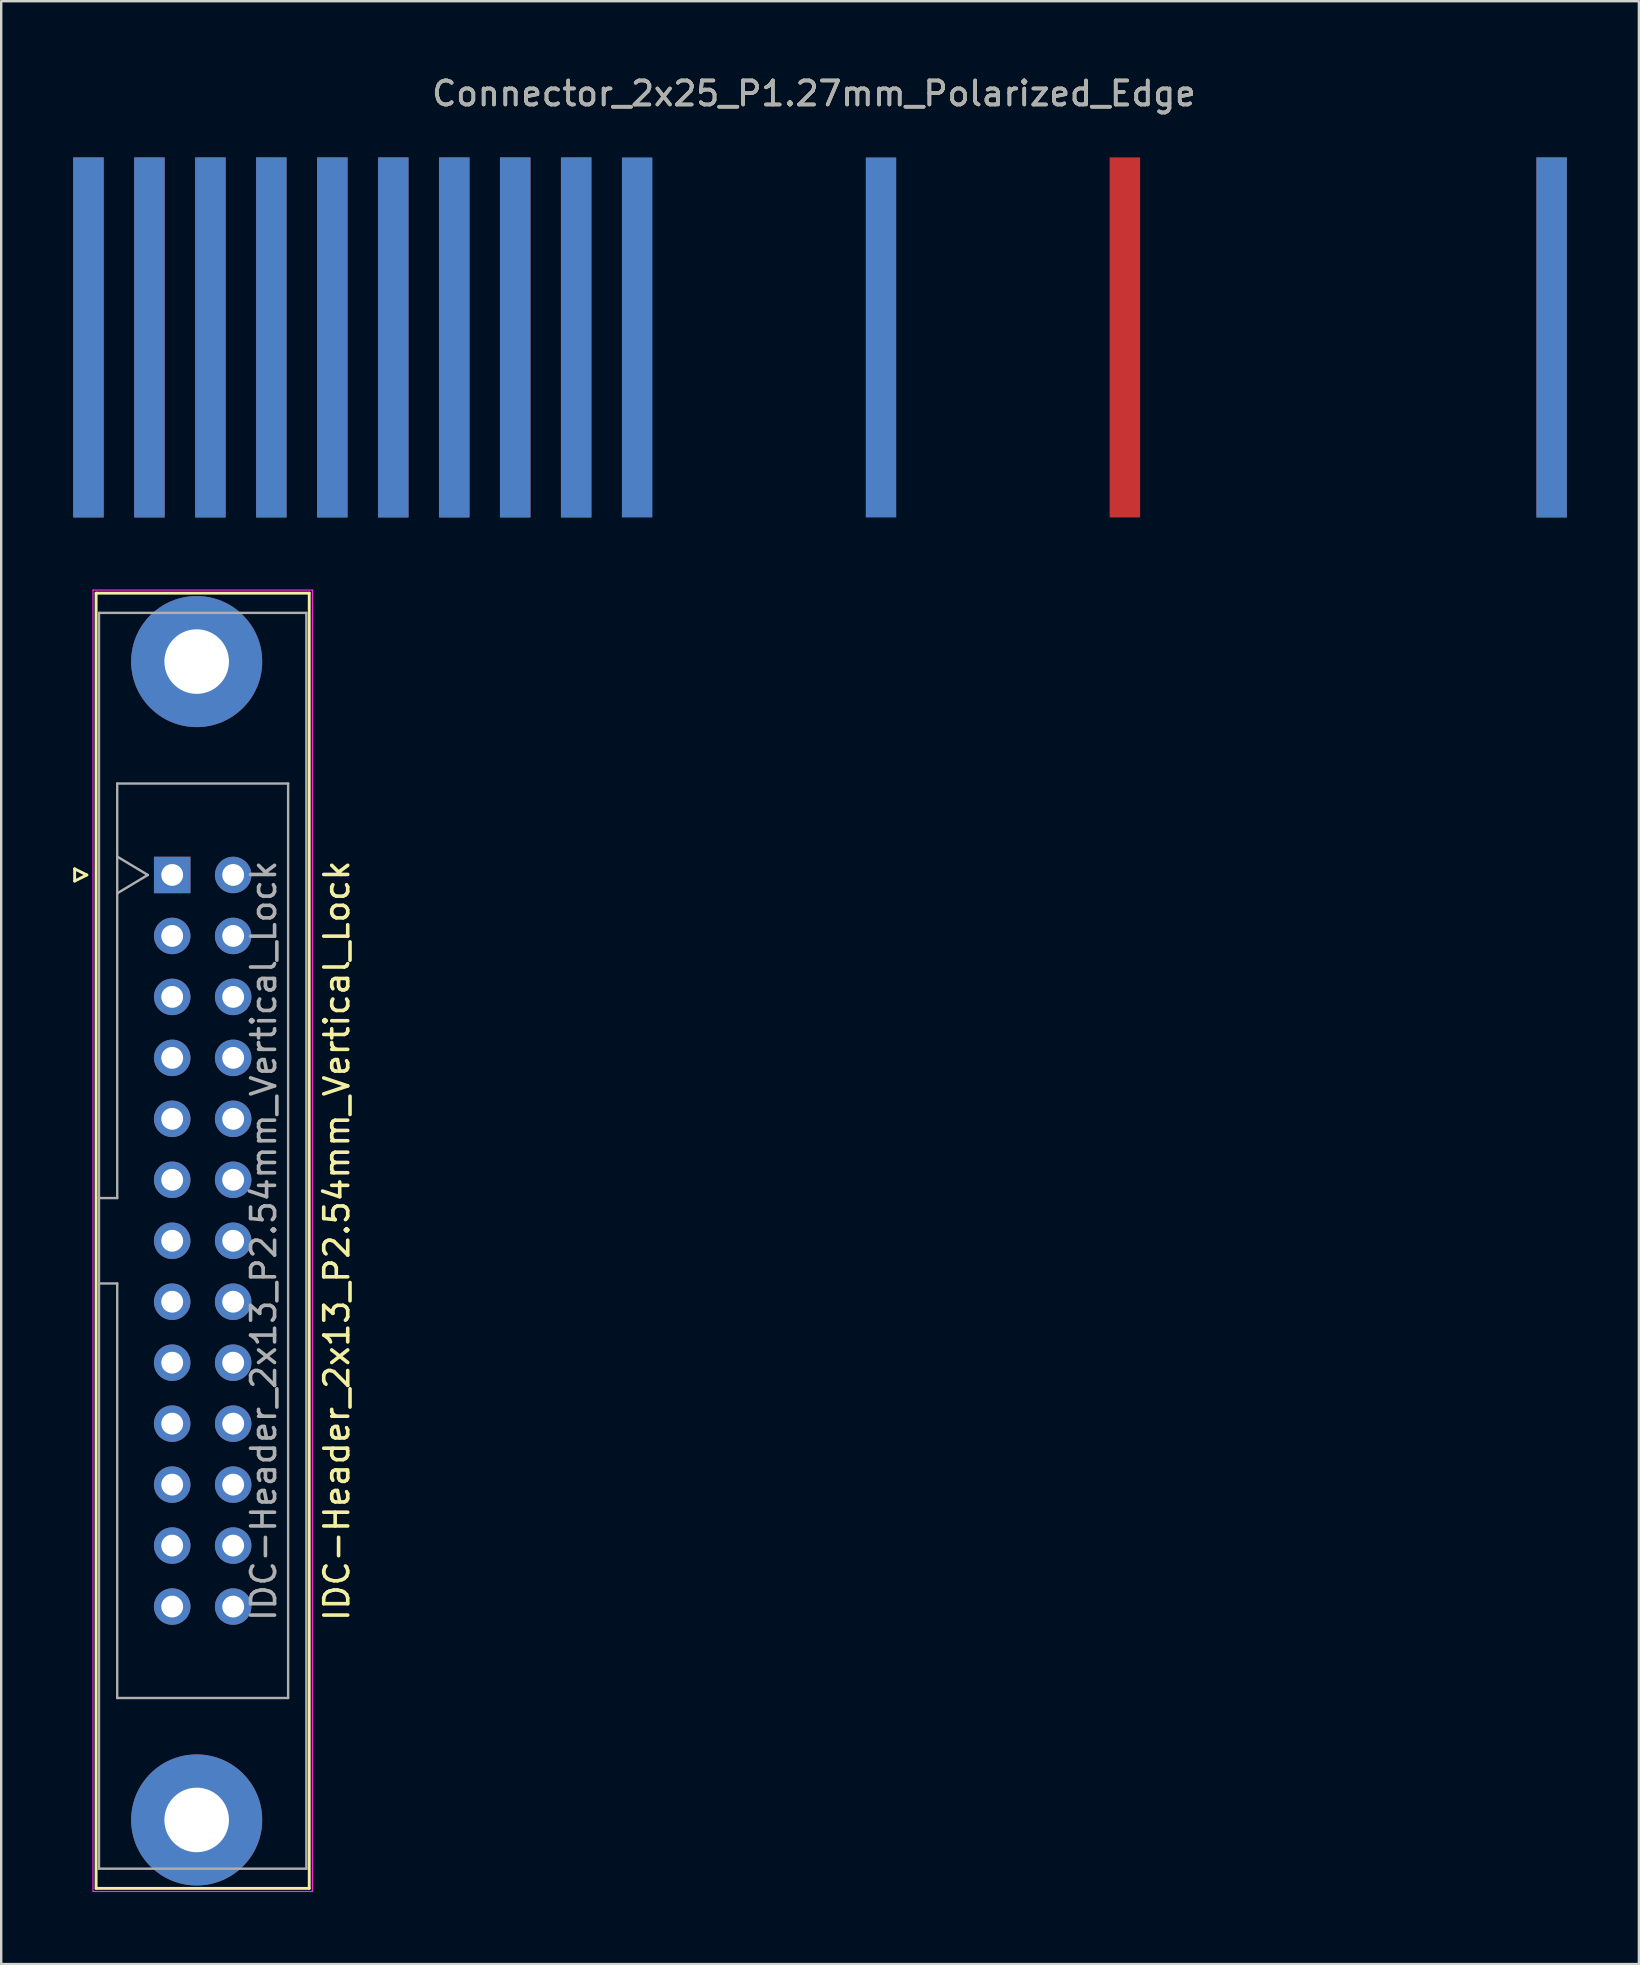
<source format=kicad_pcb>
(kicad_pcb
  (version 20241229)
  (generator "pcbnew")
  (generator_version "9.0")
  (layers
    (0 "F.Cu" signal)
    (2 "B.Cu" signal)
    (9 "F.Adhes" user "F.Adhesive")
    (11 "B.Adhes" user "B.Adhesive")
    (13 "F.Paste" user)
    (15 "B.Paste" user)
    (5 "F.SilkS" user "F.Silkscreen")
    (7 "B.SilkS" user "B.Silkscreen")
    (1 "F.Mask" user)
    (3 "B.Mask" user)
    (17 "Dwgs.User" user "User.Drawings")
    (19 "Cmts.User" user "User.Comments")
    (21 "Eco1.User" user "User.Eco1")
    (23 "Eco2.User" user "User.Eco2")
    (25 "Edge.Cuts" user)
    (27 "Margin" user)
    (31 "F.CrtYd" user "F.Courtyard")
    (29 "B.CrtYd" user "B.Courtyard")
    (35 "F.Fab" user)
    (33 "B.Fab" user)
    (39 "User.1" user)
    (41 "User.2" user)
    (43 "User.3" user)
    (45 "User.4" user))
  (footprint "Connector_2x25_P1.27mm_Polarized_Edge"
    (layer "F.Cu")
    (at 30.861 8.468)
    (property "Reference" "Connector_2x25_P1.27mm_Polarized_Edge" (at 0 -7.62 0) (layer "F.SilkS") (effects (font (size 1 1) (thickness 0.15))))
    (attr exclude_from_pos_files exclude_from_bom)
    (fp_text user "${REFERENCE}" (at 0 -7.62 0) (layer "F.Fab") (effects (font (size 1 1) (thickness 0.15))))
    (pad "1" connect rect (at -30.226 0) (size 1.27 15) (drill (offset 0 2.54)) (layers "F.Cu" "F.Mask"))
    (pad "2" connect rect (at -27.686 0) (size 1.27 15) (drill (offset 0 2.54)) (layers "F.Cu" "F.Mask"))
    (pad "3" connect rect (at -25.146 0) (size 1.27 15) (drill (offset 0 2.54)) (layers "F.Cu" "F.Mask"))
    (pad "4" connect rect (at -22.606 0) (size 1.27 15) (drill (offset 0 2.54)) (layers "F.Cu" "F.Mask"))
    (pad "5" connect rect (at -20.066 0) (size 1.27 15) (drill (offset 0 2.54)) (layers "F.Cu" "F.Mask"))
    (pad "6" connect rect (at -17.526 0) (size 1.27 15) (drill (offset 0 2.54)) (layers "F.Cu" "F.Mask"))
    (pad "7" connect rect (at -14.986 0) (size 1.27 15) (drill (offset 0 2.54)) (layers "F.Cu" "F.Mask"))
    (pad "8" connect rect (at -12.446 0) (size 1.27 15) (drill (offset 0 2.54)) (layers "F.Cu" "F.Mask"))
    (pad "9" connect rect (at -9.906 0) (size 1.27 15) (drill (offset 0 2.54)) (layers "F.Cu" "F.Mask"))
    (pad "18" connect rect (at 12.954 0) (size 1.27 15) (drill (offset 0 2.54)) (layers "F.Cu" "F.Mask"))
    (pad "25" connect rect (at 30.734 0) (size 1.27 15) (drill (offset 0 2.54)) (layers "F.Cu" "F.Mask"))
    (pad "26" connect rect (at 30.734 0) (size 1.27 15) (drill (offset 0 2.54)) (layers "B.Cu" "B.Mask"))
    (pad "37" connect rect (at 2.794 0) (size 1.27 15) (drill (offset 0 2.54)) (layers "B.Cu" "B.Mask"))
    (pad "41" connect rect (at -7.366 0) (size 1.27 15) (drill (offset 0 2.54)) (layers "B.Cu" "B.Mask"))
    (pad "42" connect rect (at -9.906 0) (size 1.27 15) (drill (offset 0 2.54)) (layers "B.Cu" "B.Mask"))
    (pad "43" connect rect (at -12.446 0) (size 1.27 15) (drill (offset 0 2.54)) (layers "B.Cu" "B.Mask"))
    (pad "44" connect rect (at -14.986 0) (size 1.27 15) (drill (offset 0 2.54)) (layers "B.Cu" "B.Mask"))
    (pad "45" connect rect (at -17.526 0) (size 1.27 15) (drill (offset 0 2.54)) (layers "B.Cu" "B.Mask"))
    (pad "46" connect rect (at -20.066 0) (size 1.27 15) (drill (offset 0 2.54)) (layers "B.Cu" "B.Mask"))
    (pad "47" connect rect (at -22.606 0) (size 1.27 15) (drill (offset 0 2.54)) (layers "B.Cu" "B.Mask"))
    (pad "48" connect rect (at -25.146 0) (size 1.27 15) (drill (offset 0 2.54)) (layers "B.Cu" "B.Mask"))
    (pad "49" connect rect (at -27.686 0) (size 1.27 15) (drill (offset 0 2.54)) (layers "B.Cu" "B.Mask"))
    (pad "50" connect rect (at -30.226 0) (size 1.27 15) (drill (offset 0 2.54)) (layers "B.Cu" "B.Mask")))
  (footprint "IDC-Header_2x13_P2.54mm_Vertical_Lock"
    (layer "F.Cu")
    (at 4.124 33.403)
    (property "Reference" "IDC-Header_2x13_P2.54mm_Vertical_Lock" (at 6.858 15.24 270) (layer "F.SilkS") (effects (font (size 1 1) (thickness 0.15))))
    (attr through_hole)
    (fp_line (start -4.064 -0.254) (end -3.556 0) (stroke (width 0.12) (type solid)) (layer "F.SilkS"))
    (fp_line (start -4.064 0.254) (end -4.064 -0.254) (stroke (width 0.12) (type solid)) (layer "F.SilkS"))
    (fp_line (start -3.556 0) (end -4.064 0.254) (stroke (width 0.12) (type solid)) (layer "F.SilkS"))
    (fp_line (start -3.17 42.22) (end -3.17 -11.74) (stroke (width 0.12) (type solid)) (layer "F.SilkS"))
    (fp_line (start -3.17 42.22) (end 5.71 42.22) (stroke (width 0.12) (type solid)) (layer "F.SilkS"))
    (fp_line (start 5.71 -11.74) (end -3.17 -11.74) (stroke (width 0.12) (type solid)) (layer "F.SilkS"))
    (fp_line (start 5.71 -11.74) (end 5.71 42.22) (stroke (width 0.12) (type solid)) (layer "F.SilkS"))
    (fp_line (start -3.3 42.35) (end -3.3 -11.87) (stroke (width 0.05) (type solid)) (layer "F.CrtYd"))
    (fp_line (start -3.3 42.35) (end 5.84 42.35) (stroke (width 0.05) (type solid)) (layer "F.CrtYd"))
    (fp_line (start 5.84 -11.87) (end -3.3 -11.87) (stroke (width 0.05) (type solid)) (layer "F.CrtYd"))
    (fp_line (start 5.84 -11.87) (end 5.84 42.35) (stroke (width 0.05) (type solid)) (layer "F.CrtYd"))
    (fp_line (start -3.05 -10.92) (end -3.05 41.4) (stroke (width 0.1) (type solid)) (layer "F.Fab"))
    (fp_line (start -3.05 13.46) (end -2.29 13.46) (stroke (width 0.1) (type solid)) (layer "F.Fab"))
    (fp_line (start -3.05 41.4) (end 5.59 41.4) (stroke (width 0.1) (type solid)) (layer "F.Fab"))
    (fp_line (start -2.29 -3.81) (end 4.83 -3.81) (stroke (width 0.1) (type solid)) (layer "F.Fab"))
    (fp_line (start -2.29 13.46) (end -2.29 -3.81) (stroke (width 0.1) (type solid)) (layer "F.Fab"))
    (fp_line (start -2.29 17.02) (end -3.05 17.02) (stroke (width 0.1) (type solid)) (layer "F.Fab"))
    (fp_line (start -2.29 34.29) (end -2.29 17.02) (stroke (width 0.1) (type solid)) (layer "F.Fab"))
    (fp_line (start -2.286 -0.762) (end -1.016 0) (stroke (width 0.1) (type solid)) (layer "F.Fab"))
    (fp_line (start -1.016 0) (end -2.286 0.762) (stroke (width 0.1) (type solid)) (layer "F.Fab"))
    (fp_line (start 4.83 -3.81) (end 4.83 34.29) (stroke (width 0.1) (type solid)) (layer "F.Fab"))
    (fp_line (start 4.83 34.29) (end -2.29 34.29) (stroke (width 0.1) (type solid)) (layer "F.Fab"))
    (fp_line (start 5.59 -10.92) (end -3.05 -10.92) (stroke (width 0.1) (type solid)) (layer "F.Fab"))
    (fp_line (start 5.59 41.4) (end 5.59 -10.92) (stroke (width 0.1) (type solid)) (layer "F.Fab"))
    (fp_text user "${REFERENCE}" (at 3.81 15.24 90) (layer "F.Fab") (effects (font (size 1 1) (thickness 0.15))))
    (pad "" thru_hole circle (at 1.02 -8.89 270) (size 5.46 5.46) (drill 2.69) (layers "*.Cu" "*.Mask"))
    (pad "" thru_hole circle (at 1.02 39.37 270) (size 5.46 5.46) (drill 2.69) (layers "*.Cu" "*.Mask"))
    (pad "1" thru_hole rect (at 0 0 270) (size 1.52 1.52) (drill 0.91) (layers "*.Cu" "*.Mask"))
    (pad "2" thru_hole circle (at 2.54 0 270) (size 1.52 1.52) (drill 0.91) (layers "*.Cu" "*.Mask"))
    (pad "3" thru_hole circle (at 0 2.54 270) (size 1.52 1.52) (drill 0.91) (layers "*.Cu" "*.Mask"))
    (pad "4" thru_hole circle (at 2.54 2.54 270) (size 1.52 1.52) (drill 0.91) (layers "*.Cu" "*.Mask"))
    (pad "5" thru_hole circle (at 0 5.08 270) (size 1.52 1.52) (drill 0.91) (layers "*.Cu" "*.Mask"))
    (pad "6" thru_hole circle (at 2.54 5.08 270) (size 1.52 1.52) (drill 0.91) (layers "*.Cu" "*.Mask"))
    (pad "7" thru_hole circle (at 0 7.62 270) (size 1.52 1.52) (drill 0.91) (layers "*.Cu" "*.Mask"))
    (pad "8" thru_hole circle (at 2.54 7.62 270) (size 1.52 1.52) (drill 0.91) (layers "*.Cu" "*.Mask"))
    (pad "9" thru_hole circle (at 0 10.16 270) (size 1.52 1.52) (drill 0.91) (layers "*.Cu" "*.Mask"))
    (pad "10" thru_hole circle (at 2.54 10.16 270) (size 1.52 1.52) (drill 0.91) (layers "*.Cu" "*.Mask"))
    (pad "11" thru_hole circle (at 0 12.7 270) (size 1.52 1.52) (drill 0.91) (layers "*.Cu" "*.Mask"))
    (pad "12" thru_hole circle (at 2.54 12.7 270) (size 1.52 1.52) (drill 0.91) (layers "*.Cu" "*.Mask"))
    (pad "13" thru_hole circle (at 0 15.24 270) (size 1.52 1.52) (drill 0.91) (layers "*.Cu" "*.Mask"))
    (pad "14" thru_hole circle (at 2.54 15.24 270) (size 1.52 1.52) (drill 0.91) (layers "*.Cu" "*.Mask"))
    (pad "15" thru_hole circle (at 0 17.78 270) (size 1.52 1.52) (drill 0.91) (layers "*.Cu" "*.Mask"))
    (pad "16" thru_hole circle (at 2.54 17.78 270) (size 1.52 1.52) (drill 0.91) (layers "*.Cu" "*.Mask"))
    (pad "17" thru_hole circle (at 0 20.32 270) (size 1.52 1.52) (drill 0.91) (layers "*.Cu" "*.Mask"))
    (pad "18" thru_hole circle (at 2.54 20.32 270) (size 1.52 1.52) (drill 0.91) (layers "*.Cu" "*.Mask"))
    (pad "19" thru_hole circle (at 0 22.86 270) (size 1.52 1.52) (drill 0.91) (layers "*.Cu" "*.Mask"))
    (pad "20" thru_hole circle (at 2.54 22.86 270) (size 1.52 1.52) (drill 0.91) (layers "*.Cu" "*.Mask"))
    (pad "21" thru_hole circle (at 0 25.4 270) (size 1.52 1.52) (drill 0.91) (layers "*.Cu" "*.Mask"))
    (pad "22" thru_hole circle (at 2.54 25.4 270) (size 1.52 1.52) (drill 0.91) (layers "*.Cu" "*.Mask"))
    (pad "23" thru_hole circle (at 0 27.94 270) (size 1.52 1.52) (drill 0.91) (layers "*.Cu" "*.Mask"))
    (pad "24" thru_hole circle (at 2.54 27.94 270) (size 1.52 1.52) (drill 0.91) (layers "*.Cu" "*.Mask"))
    (pad "25" thru_hole circle (at 0 30.48 270) (size 1.52 1.52) (drill 0.91) (layers "*.Cu" "*.Mask"))
    (pad "26" thru_hole circle (at 2.54 30.48 270) (size 1.52 1.52) (drill 0.91) (layers "*.Cu" "*.Mask")))
  (gr_rect
    (start -3 -3)
    (end 65.23 78.778)
    (stroke (width 0.1) (type default))
    (fill no)
    (layer "Edge.Cuts")))
</source>
